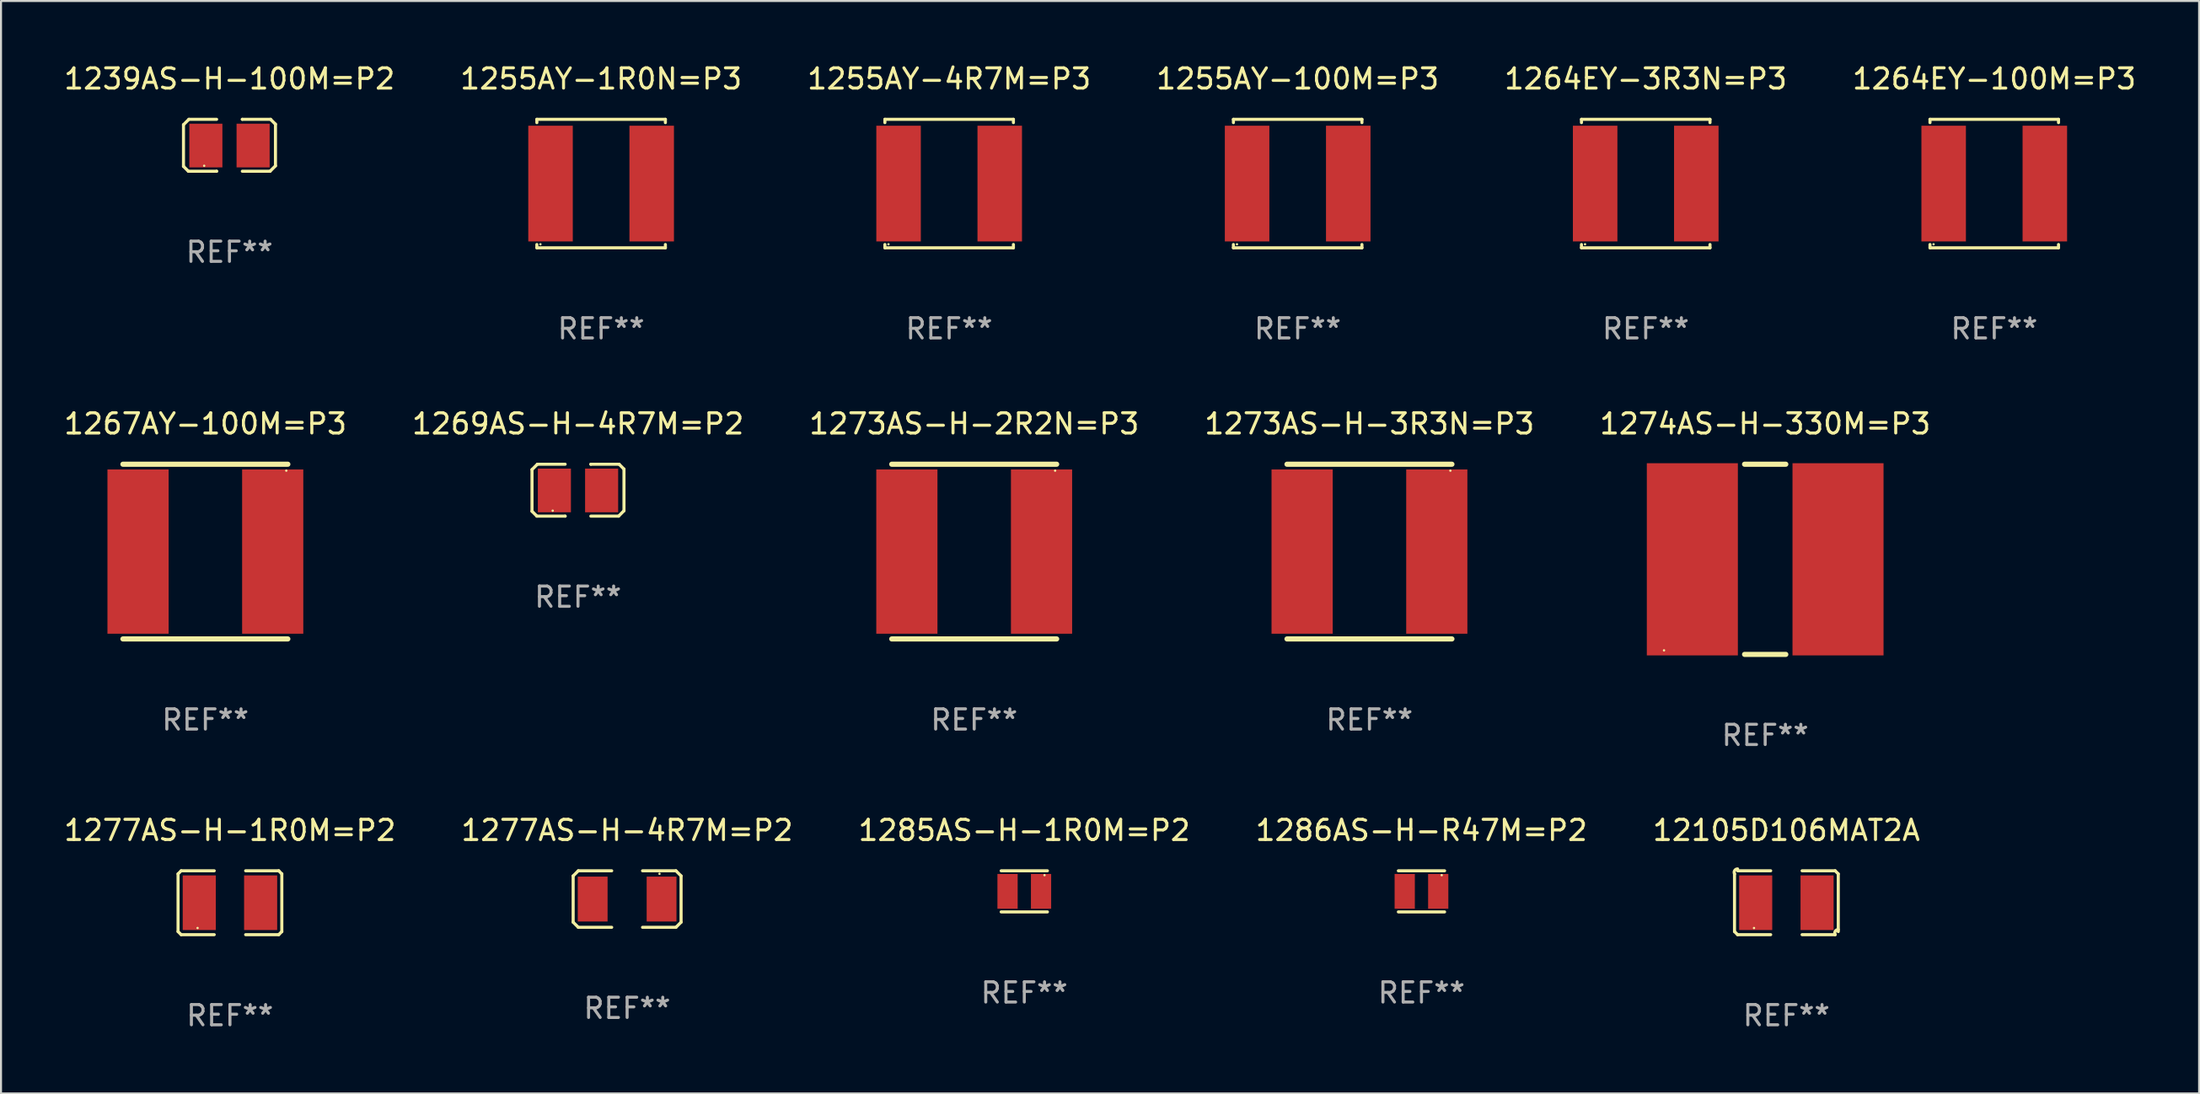
<source format=kicad_pcb>
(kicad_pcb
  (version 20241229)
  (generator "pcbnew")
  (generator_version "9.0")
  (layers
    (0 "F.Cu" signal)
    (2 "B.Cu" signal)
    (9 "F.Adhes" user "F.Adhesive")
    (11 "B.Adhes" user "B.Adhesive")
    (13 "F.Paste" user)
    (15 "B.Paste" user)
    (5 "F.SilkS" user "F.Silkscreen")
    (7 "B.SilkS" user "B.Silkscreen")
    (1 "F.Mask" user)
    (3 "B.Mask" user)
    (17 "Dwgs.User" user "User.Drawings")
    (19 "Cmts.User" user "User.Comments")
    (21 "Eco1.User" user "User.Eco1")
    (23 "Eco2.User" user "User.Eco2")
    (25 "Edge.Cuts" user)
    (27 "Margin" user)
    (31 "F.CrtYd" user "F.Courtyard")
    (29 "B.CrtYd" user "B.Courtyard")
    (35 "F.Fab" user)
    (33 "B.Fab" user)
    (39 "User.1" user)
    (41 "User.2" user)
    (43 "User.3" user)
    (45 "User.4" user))
  (footprint "1286AS-H-R47M=P2"
    (layer "F.Cu")
    (at 67.208 41.01)
    (property "Reference" "1286AS-H-R47M=P2" (at 0 -3.016 0) (layer "F.SilkS") (effects (font (size 1 1) (thickness 0.15))))
    (attr through_hole)
    (fp_line (start -1.143 -1.016) (end 1.143 -1.016) (stroke (width 0.152) (type solid)) (layer "F.SilkS"))
    (fp_line (start 1.143 1.016) (end -1.143 1.016) (stroke (width 0.152) (type solid)) (layer "F.SilkS"))
    (fp_circle (center 1 -0.8) (end 1.03 -0.8) (stroke (width 0.06) (type solid)) (fill no) (layer "F.SilkS"))
    (fp_text user "REF**" (at 0 5.016 0) (layer "F.Fab") (effects (font (size 1 1) (thickness 0.15))))
    (pad "1" smd rect (at 0.828 0) (size 1 1.72) (layers "F.Cu" "F.Mask" "F.Paste"))
    (pad "2" smd rect (at -0.828 0) (size 1 1.72) (layers "F.Cu" "F.Mask" "F.Paste")))
  (footprint "1255AY-100M=P3"
    (layer "F.Cu")
    (at 61.089 6.024)
    (property "Reference" "1255AY-100M=P3" (at 0 -5.176 0) (layer "F.SilkS") (effects (font (size 1 1) (thickness 0.15))))
    (attr through_hole)
    (fp_line (start -3.176 -3.176) (end 3.176 -3.176) (stroke (width 0.152) (type solid)) (layer "F.SilkS"))
    (fp_line (start -3.176 -3.012) (end -3.176 -3.176) (stroke (width 0.152) (type solid)) (layer "F.SilkS"))
    (fp_line (start -3.176 3.012) (end -3.176 3.176) (stroke (width 0.152) (type solid)) (layer "F.SilkS"))
    (fp_line (start -3.176 3.176) (end 3.176 3.176) (stroke (width 0.152) (type solid)) (layer "F.SilkS"))
    (fp_line (start 3.176 -3.176) (end 3.176 -3.012) (stroke (width 0.152) (type solid)) (layer "F.SilkS"))
    (fp_line (start 3.176 3.176) (end 3.176 3.012) (stroke (width 0.152) (type solid)) (layer "F.SilkS"))
    (fp_circle (center -3 3) (end -2.97 3) (stroke (width 0.06) (type solid)) (fill no) (layer "F.SilkS"))
    (fp_text user "REF**" (at 0 7.176 0) (layer "F.Fab") (effects (font (size 1 1) (thickness 0.15))))
    (pad "1" smd rect (at -2.5 0) (size 2.2 5.72) (layers "F.Cu" "F.Mask" "F.Paste"))
    (pad "2" smd rect (at 2.5 0) (size 2.2 5.72) (layers "F.Cu" "F.Mask" "F.Paste")))
  (footprint "1285AS-H-1R0M=P2"
    (layer "F.Cu")
    (at 47.577 41.01)
    (property "Reference" "1285AS-H-1R0M=P2" (at 0 -3.016 0) (layer "F.SilkS") (effects (font (size 1 1) (thickness 0.15))))
    (attr through_hole)
    (fp_line (start -1.143 -1.016) (end 1.143 -1.016) (stroke (width 0.152) (type solid)) (layer "F.SilkS"))
    (fp_line (start 1.143 1.016) (end -1.143 1.016) (stroke (width 0.152) (type solid)) (layer "F.SilkS"))
    (fp_circle (center 1 -0.8) (end 1.03 -0.8) (stroke (width 0.06) (type solid)) (fill no) (layer "F.SilkS"))
    (fp_text user "REF**" (at 0 5.016 0) (layer "F.Fab") (effects (font (size 1 1) (thickness 0.15))))
    (pad "1" smd rect (at 0.828 0) (size 1 1.72) (layers "F.Cu" "F.Mask" "F.Paste"))
    (pad "2" smd rect (at -0.828 0) (size 1 1.72) (layers "F.Cu" "F.Mask" "F.Paste")))
  (footprint "1274AS-H-330M=P3"
    (layer "F.Cu")
    (at 84.196 24.597)
    (property "Reference" "1274AS-H-330M=P3" (at 0 -6.7 0) (layer "F.SilkS") (effects (font (size 1 1) (thickness 0.15))))
    (attr through_hole)
    (fp_line (start -1.019 -4.7) (end 1.019 -4.7) (stroke (width 0.254) (type solid)) (layer "F.SilkS"))
    (fp_line (start -1.019 4.7) (end 1.019 4.7) (stroke (width 0.254) (type solid)) (layer "F.SilkS"))
    (fp_circle (center -5 4.5) (end -4.97 4.5) (stroke (width 0.06) (type solid)) (fill no) (layer "F.SilkS"))
    (fp_text user "REF**" (at 0 8.7 0) (layer "F.Fab") (effects (font (size 1 1) (thickness 0.15))))
    (pad "1" smd rect (at -3.6 0) (size 4.5 9.5) (layers "F.Cu" "F.Mask" "F.Paste"))
    (pad "2" smd rect (at 3.6 0) (size 4.5 9.5) (layers "F.Cu" "F.Mask" "F.Paste")))
  (footprint "1264EY-100M=P3"
    (layer "F.Cu")
    (at 95.518 6.024)
    (property "Reference" "1264EY-100M=P3" (at 0 -5.176 0) (layer "F.SilkS") (effects (font (size 1 1) (thickness 0.15))))
    (attr through_hole)
    (fp_line (start -3.176 -3.176) (end 3.176 -3.176) (stroke (width 0.152) (type solid)) (layer "F.SilkS"))
    (fp_line (start -3.176 -3.012) (end -3.176 -3.176) (stroke (width 0.152) (type solid)) (layer "F.SilkS"))
    (fp_line (start -3.176 3.012) (end -3.176 3.176) (stroke (width 0.152) (type solid)) (layer "F.SilkS"))
    (fp_line (start -3.176 3.176) (end 3.176 3.176) (stroke (width 0.152) (type solid)) (layer "F.SilkS"))
    (fp_line (start 3.176 -3.176) (end 3.176 -3.012) (stroke (width 0.152) (type solid)) (layer "F.SilkS"))
    (fp_line (start 3.176 3.176) (end 3.176 3.012) (stroke (width 0.152) (type solid)) (layer "F.SilkS"))
    (fp_circle (center -3 3) (end -2.97 3) (stroke (width 0.06) (type solid)) (fill no) (layer "F.SilkS"))
    (fp_text user "REF**" (at 0 7.176 0) (layer "F.Fab") (effects (font (size 1 1) (thickness 0.15))))
    (pad "1" smd rect (at -2.5 0) (size 2.2 5.72) (layers "F.Cu" "F.Mask" "F.Paste"))
    (pad "2" smd rect (at 2.5 0) (size 2.2 5.72) (layers "F.Cu" "F.Mask" "F.Paste")))
  (footprint "1277AS-H-4R7M=P2"
    (layer "F.Cu")
    (at 27.946 41.391)
    (property "Reference" "1277AS-H-4R7M=P2" (at 0 -3.397 0) (layer "F.SilkS") (effects (font (size 1 1) (thickness 0.15))))
    (attr through_hole)
    (fp_line (start -2.667 -1.143) (end -2.413 -1.397) (stroke (width 0.152) (type solid)) (layer "F.SilkS"))
    (fp_line (start -2.667 1.143) (end -2.667 -1.143) (stroke (width 0.152) (type solid)) (layer "F.SilkS"))
    (fp_line (start -2.413 -1.397) (end -0.762 -1.397) (stroke (width 0.152) (type solid)) (layer "F.SilkS"))
    (fp_line (start -2.413 1.397) (end -2.667 1.143) (stroke (width 0.152) (type solid)) (layer "F.SilkS"))
    (fp_line (start -0.762 1.397) (end -2.413 1.397) (stroke (width 0.152) (type solid)) (layer "F.SilkS"))
    (fp_line (start 0.762 -1.397) (end 2.413 -1.397) (stroke (width 0.152) (type solid)) (layer "F.SilkS"))
    (fp_line (start 2.413 -1.397) (end 2.667 -1.143) (stroke (width 0.152) (type solid)) (layer "F.SilkS"))
    (fp_line (start 2.413 1.397) (end 0.762 1.397) (stroke (width 0.152) (type solid)) (layer "F.SilkS"))
    (fp_line (start 2.667 -1.143) (end 2.667 1.143) (stroke (width 0.152) (type solid)) (layer "F.SilkS"))
    (fp_line (start 2.667 1.143) (end 2.413 1.397) (stroke (width 0.152) (type solid)) (layer "F.SilkS"))
    (fp_circle (center 1.6 -1.25) (end 1.63 -1.25) (stroke (width 0.06) (type solid)) (fill no) (layer "F.SilkS"))
    (fp_text user "REF**" (at 0 5.397 0) (layer "F.Fab") (effects (font (size 1 1) (thickness 0.15))))
    (pad "1" smd rect (at 1.703 0) (size 1.474 2.22) (layers "F.Cu" "F.Mask" "F.Paste"))
    (pad "2" smd rect (at -1.703 0) (size 1.474 2.22) (layers "F.Cu" "F.Mask" "F.Paste")))
  (footprint "1269AS-H-4R7M=P2"
    (layer "F.Cu")
    (at 25.518 21.18)
    (property "Reference" "1269AS-H-4R7M=P2" (at 0 -3.283 0) (layer "F.SilkS") (effects (font (size 1 1) (thickness 0.15))))
    (attr through_hole)
    (fp_line (start -2.273 -1.016) (end -2.007 -1.283) (stroke (width 0.152) (type solid)) (layer "F.SilkS"))
    (fp_line (start -2.273 1.041) (end -2.273 -1.016) (stroke (width 0.152) (type solid)) (layer "F.SilkS"))
    (fp_line (start -2.032 1.283) (end -2.273 1.041) (stroke (width 0.152) (type solid)) (layer "F.SilkS"))
    (fp_line (start -2.007 -1.283) (end -0.635 -1.283) (stroke (width 0.152) (type solid)) (layer "F.SilkS"))
    (fp_line (start -0.635 1.283) (end -2.032 1.283) (stroke (width 0.152) (type solid)) (layer "F.SilkS"))
    (fp_line (start -0.635 1.283) (end -0.635 1.283) (stroke (width 0.152) (type solid)) (layer "F.SilkS"))
    (fp_line (start 0.635 -1.283) (end 0.635 -1.283) (stroke (width 0.152) (type solid)) (layer "F.SilkS"))
    (fp_line (start 0.635 -1.283) (end 2.032 -1.283) (stroke (width 0.152) (type solid)) (layer "F.SilkS"))
    (fp_line (start 2.007 1.283) (end 0.635 1.283) (stroke (width 0.152) (type solid)) (layer "F.SilkS"))
    (fp_line (start 2.032 -1.283) (end 2.273 -1.041) (stroke (width 0.152) (type solid)) (layer "F.SilkS"))
    (fp_line (start 2.273 -1.041) (end 2.273 1.016) (stroke (width 0.152) (type solid)) (layer "F.SilkS"))
    (fp_line (start 2.273 1.016) (end 2.007 1.283) (stroke (width 0.152) (type solid)) (layer "F.SilkS"))
    (fp_circle (center -1.25 1.013) (end -1.22 1.013) (stroke (width 0.06) (type solid)) (fill no) (layer "F.SilkS"))
    (fp_text user "REF**" (at 0 5.283 0) (layer "F.Fab") (effects (font (size 1 1) (thickness 0.15))))
    (pad "1" smd rect (at -1.167 0.013) (size 1.635 2.16) (layers "F.Cu" "F.Mask" "F.Paste"))
    (pad "2" smd rect (at 1.168 0.013) (size 1.635 2.16) (layers "F.Cu" "F.Mask" "F.Paste")))
  (footprint "1255AY-4R7M=P3"
    (layer "F.Cu")
    (at 43.863 6.024)
    (property "Reference" "1255AY-4R7M=P3" (at 0 -5.176 0) (layer "F.SilkS") (effects (font (size 1 1) (thickness 0.15))))
    (attr through_hole)
    (fp_line (start -3.176 -3.176) (end 3.176 -3.176) (stroke (width 0.152) (type solid)) (layer "F.SilkS"))
    (fp_line (start -3.176 -3.012) (end -3.176 -3.176) (stroke (width 0.152) (type solid)) (layer "F.SilkS"))
    (fp_line (start -3.176 3.012) (end -3.176 3.176) (stroke (width 0.152) (type solid)) (layer "F.SilkS"))
    (fp_line (start -3.176 3.176) (end 3.176 3.176) (stroke (width 0.152) (type solid)) (layer "F.SilkS"))
    (fp_line (start 3.176 -3.176) (end 3.176 -3.012) (stroke (width 0.152) (type solid)) (layer "F.SilkS"))
    (fp_line (start 3.176 3.176) (end 3.176 3.012) (stroke (width 0.152) (type solid)) (layer "F.SilkS"))
    (fp_circle (center -3 3) (end -2.97 3) (stroke (width 0.06) (type solid)) (fill no) (layer "F.SilkS"))
    (fp_text user "REF**" (at 0 7.176 0) (layer "F.Fab") (effects (font (size 1 1) (thickness 0.15))))
    (pad "1" smd rect (at -2.5 0) (size 2.2 5.72) (layers "F.Cu" "F.Mask" "F.Paste"))
    (pad "2" smd rect (at 2.5 0) (size 2.2 5.72) (layers "F.Cu" "F.Mask" "F.Paste")))
  (footprint "1273AS-H-3R3N=P3"
    (layer "F.Cu")
    (at 64.637 24.215)
    (property "Reference" "1273AS-H-3R3N=P3" (at 0 -6.318 0) (layer "F.SilkS") (effects (font (size 1 1) (thickness 0.15))))
    (attr through_hole)
    (fp_line (start -4.076 -4.318) (end 4.076 -4.318) (stroke (width 0.254) (type solid)) (layer "F.SilkS"))
    (fp_line (start -4.076 4.318) (end 4.076 4.318) (stroke (width 0.254) (type solid)) (layer "F.SilkS"))
    (fp_circle (center 4 -4) (end 4.03 -4) (stroke (width 0.06) (type solid)) (fill no) (layer "F.SilkS"))
    (fp_text user "REF**" (at 0 8.318 0) (layer "F.Fab") (effects (font (size 1 1) (thickness 0.15))))
    (pad "1" smd rect (at 3.328 0) (size 3.024 8.12) (layers "F.Cu" "F.Mask" "F.Paste"))
    (pad "2" smd rect (at -3.328 0) (size 3.024 8.12) (layers "F.Cu" "F.Mask" "F.Paste")))
  (footprint "1267AY-100M=P3"
    (layer "F.Cu")
    (at 7.101 24.215)
    (property "Reference" "1267AY-100M=P3" (at 0 -6.318 0) (layer "F.SilkS") (effects (font (size 1 1) (thickness 0.15))))
    (attr through_hole)
    (fp_line (start -4.076 -4.318) (end 4.076 -4.318) (stroke (width 0.254) (type solid)) (layer "F.SilkS"))
    (fp_line (start -4.076 4.318) (end 4.076 4.318) (stroke (width 0.254) (type solid)) (layer "F.SilkS"))
    (fp_circle (center 4 -4) (end 4.03 -4) (stroke (width 0.06) (type solid)) (fill no) (layer "F.SilkS"))
    (fp_text user "REF**" (at 0 8.318 0) (layer "F.Fab") (effects (font (size 1 1) (thickness 0.15))))
    (pad "1" smd rect (at 3.328 0) (size 3.024 8.12) (layers "F.Cu" "F.Mask" "F.Paste"))
    (pad "2" smd rect (at -3.328 0) (size 3.024 8.12) (layers "F.Cu" "F.Mask" "F.Paste")))
  (footprint "1277AS-H-1R0M=P2"
    (layer "F.Cu")
    (at 8.315 41.572)
    (property "Reference" "1277AS-H-1R0M=P2" (at 0 -3.579 0) (layer "F.SilkS") (effects (font (size 1 1) (thickness 0.15))))
    (attr through_hole)
    (fp_line (start -2.564 -1.426) (end -2.564 1.426) (stroke (width 0.152) (type solid)) (layer "F.SilkS"))
    (fp_line (start -2.564 1.426) (end -2.411 1.579) (stroke (width 0.152) (type solid)) (layer "F.SilkS"))
    (fp_line (start -2.411 -1.579) (end -2.564 -1.426) (stroke (width 0.152) (type solid)) (layer "F.SilkS"))
    (fp_line (start -2.411 1.579) (end -0.776 1.579) (stroke (width 0.152) (type solid)) (layer "F.SilkS"))
    (fp_line (start -0.776 -1.579) (end -2.411 -1.579) (stroke (width 0.152) (type solid)) (layer "F.SilkS"))
    (fp_line (start 0.776 -1.579) (end 2.411 -1.579) (stroke (width 0.152) (type solid)) (layer "F.SilkS"))
    (fp_line (start 2.411 -1.579) (end 2.564 -1.426) (stroke (width 0.152) (type solid)) (layer "F.SilkS"))
    (fp_line (start 2.411 1.579) (end 0.776 1.579) (stroke (width 0.152) (type solid)) (layer "F.SilkS"))
    (fp_line (start 2.564 -1.426) (end 2.564 1.426) (stroke (width 0.152) (type solid)) (layer "F.SilkS"))
    (fp_line (start 2.564 1.426) (end 2.411 1.579) (stroke (width 0.152) (type solid)) (layer "F.SilkS"))
    (fp_circle (center -1.6 1.25) (end -1.57 1.25) (stroke (width 0.06) (type solid)) (fill no) (layer "F.SilkS"))
    (fp_text user "REF**" (at 0 5.579 0) (layer "F.Fab") (effects (font (size 1 1) (thickness 0.15))))
    (pad "1" smd rect (at -1.517 -0.000013) (size 1.635 2.7) (layers "F.Cu" "F.Mask" "F.Paste"))
    (pad "2" smd rect (at 1.517 -0.000013) (size 1.635 2.7) (layers "F.Cu" "F.Mask" "F.Paste")))
  (footprint "1273AS-H-2R2N=P3"
    (layer "F.Cu")
    (at 45.101 24.215)
    (property "Reference" "1273AS-H-2R2N=P3" (at 0 -6.318 0) (layer "F.SilkS") (effects (font (size 1 1) (thickness 0.15))))
    (attr through_hole)
    (fp_line (start -4.076 -4.318) (end 4.076 -4.318) (stroke (width 0.254) (type solid)) (layer "F.SilkS"))
    (fp_line (start -4.076 4.318) (end 4.076 4.318) (stroke (width 0.254) (type solid)) (layer "F.SilkS"))
    (fp_circle (center 4 -4) (end 4.03 -4) (stroke (width 0.06) (type solid)) (fill no) (layer "F.SilkS"))
    (fp_text user "REF**" (at 0 8.318 0) (layer "F.Fab") (effects (font (size 1 1) (thickness 0.15))))
    (pad "1" smd rect (at 3.328 0) (size 3.024 8.12) (layers "F.Cu" "F.Mask" "F.Paste"))
    (pad "2" smd rect (at -3.328 0) (size 3.024 8.12) (layers "F.Cu" "F.Mask" "F.Paste")))
  (footprint "12105D106MAT2A"
    (layer "F.Cu")
    (at 85.244 41.572)
    (property "Reference" "12105D106MAT2A" (at 0 -3.579 0) (layer "F.SilkS") (effects (font (size 1 1) (thickness 0.15))))
    (attr through_hole)
    (fp_line (start -2.564 1.426) (end -2.564 -1.426) (stroke (width 0.152) (type solid)) (layer "F.SilkS"))
    (fp_line (start -2.411 -1.579) (end -0.776 -1.579) (stroke (width 0.152) (type solid)) (layer "F.SilkS"))
    (fp_line (start -0.776 1.579) (end -2.411 1.579) (stroke (width 0.152) (type solid)) (layer "F.SilkS"))
    (fp_line (start 0.776 1.579) (end 2.411 1.579) (stroke (width 0.152) (type solid)) (layer "F.SilkS"))
    (fp_line (start 2.411 -1.579) (end 0.776 -1.579) (stroke (width 0.152) (type solid)) (layer "F.SilkS"))
    (fp_line (start 2.564 1.426) (end 2.564 -1.426) (stroke (width 0.152) (type solid)) (layer "F.SilkS"))
    (fp_arc (start -2.563602 -1.426213) (mid -2.555597 -1.591233) (end -2.411201 -1.671518) (stroke (width 0.1524) (type solid)) (layer "F.SilkS"))
    (fp_arc (start -2.5636 1.426214) (mid -2.487389 1.502402) (end -2.411201 1.578613) (stroke (width 0.1524) (type solid)) (layer "F.SilkS"))
    (fp_arc (start 2.411197 -1.578618) (mid 2.487403 -1.502419) (end 2.563602 -1.426213) (stroke (width 0.1524) (type solid)) (layer "F.SilkS"))
    (fp_arc (start 2.411201 1.578613) (mid 2.416214 1.409455) (end 2.563602 1.32629) (stroke (width 0.1524) (type solid)) (layer "F.SilkS"))
    (fp_circle (center -1.6 1.25) (end -1.57 1.25) (stroke (width 0.06) (type solid)) (fill no) (layer "F.SilkS"))
    (fp_text user "REF**" (at 0 5.579 0) (layer "F.Fab") (effects (font (size 1 1) (thickness 0.15))))
    (pad "1" smd rect (at -1.517 0) (size 1.635 2.7) (layers "F.Cu" "F.Mask" "F.Paste"))
    (pad "2" smd rect (at 1.517 0) (size 1.635 2.7) (layers "F.Cu" "F.Mask" "F.Paste")))
  (footprint "1255AY-1R0N=P3"
    (layer "F.Cu")
    (at 26.661 6.024)
    (property "Reference" "1255AY-1R0N=P3" (at 0 -5.176 0) (layer "F.SilkS") (effects (font (size 1 1) (thickness 0.15))))
    (attr through_hole)
    (fp_line (start -3.176 -3.176) (end 3.176 -3.176) (stroke (width 0.152) (type solid)) (layer "F.SilkS"))
    (fp_line (start -3.176 -3.012) (end -3.176 -3.176) (stroke (width 0.152) (type solid)) (layer "F.SilkS"))
    (fp_line (start -3.176 3.012) (end -3.176 3.176) (stroke (width 0.152) (type solid)) (layer "F.SilkS"))
    (fp_line (start -3.176 3.176) (end 3.176 3.176) (stroke (width 0.152) (type solid)) (layer "F.SilkS"))
    (fp_line (start 3.176 -3.176) (end 3.176 -3.012) (stroke (width 0.152) (type solid)) (layer "F.SilkS"))
    (fp_line (start 3.176 3.176) (end 3.176 3.012) (stroke (width 0.152) (type solid)) (layer "F.SilkS"))
    (fp_circle (center -3 3) (end -2.97 3) (stroke (width 0.06) (type solid)) (fill no) (layer "F.SilkS"))
    (fp_text user "REF**" (at 0 7.176 0) (layer "F.Fab") (effects (font (size 1 1) (thickness 0.15))))
    (pad "1" smd rect (at -2.5 0) (size 2.2 5.72) (layers "F.Cu" "F.Mask" "F.Paste"))
    (pad "2" smd rect (at 2.5 0) (size 2.2 5.72) (layers "F.Cu" "F.Mask" "F.Paste")))
  (footprint "1239AS-H-100M=P2"
    (layer "F.Cu")
    (at 8.292 4.131)
    (property "Reference" "1239AS-H-100M=P2" (at 0 -3.283 0) (layer "F.SilkS") (effects (font (size 1 1) (thickness 0.15))))
    (attr through_hole)
    (fp_line (start -2.273 -1.016) (end -2.007 -1.283) (stroke (width 0.152) (type solid)) (layer "F.SilkS"))
    (fp_line (start -2.273 1.041) (end -2.273 -1.016) (stroke (width 0.152) (type solid)) (layer "F.SilkS"))
    (fp_line (start -2.032 1.283) (end -2.273 1.041) (stroke (width 0.152) (type solid)) (layer "F.SilkS"))
    (fp_line (start -2.007 -1.283) (end -0.635 -1.283) (stroke (width 0.152) (type solid)) (layer "F.SilkS"))
    (fp_line (start -0.635 1.283) (end -2.032 1.283) (stroke (width 0.152) (type solid)) (layer "F.SilkS"))
    (fp_line (start -0.635 1.283) (end -0.635 1.283) (stroke (width 0.152) (type solid)) (layer "F.SilkS"))
    (fp_line (start 0.635 -1.283) (end 0.635 -1.283) (stroke (width 0.152) (type solid)) (layer "F.SilkS"))
    (fp_line (start 0.635 -1.283) (end 2.032 -1.283) (stroke (width 0.152) (type solid)) (layer "F.SilkS"))
    (fp_line (start 2.007 1.283) (end 0.635 1.283) (stroke (width 0.152) (type solid)) (layer "F.SilkS"))
    (fp_line (start 2.032 -1.283) (end 2.273 -1.041) (stroke (width 0.152) (type solid)) (layer "F.SilkS"))
    (fp_line (start 2.273 -1.041) (end 2.273 1.016) (stroke (width 0.152) (type solid)) (layer "F.SilkS"))
    (fp_line (start 2.273 1.016) (end 2.007 1.283) (stroke (width 0.152) (type solid)) (layer "F.SilkS"))
    (fp_circle (center -1.25 1.013) (end -1.22 1.013) (stroke (width 0.06) (type solid)) (fill no) (layer "F.SilkS"))
    (fp_text user "REF**" (at 0 5.283 0) (layer "F.Fab") (effects (font (size 1 1) (thickness 0.15))))
    (pad "1" smd rect (at -1.167 0.013) (size 1.635 2.16) (layers "F.Cu" "F.Mask" "F.Paste"))
    (pad "2" smd rect (at 1.168 0.013) (size 1.635 2.16) (layers "F.Cu" "F.Mask" "F.Paste")))
  (footprint "1264EY-3R3N=P3"
    (layer "F.Cu")
    (at 78.292 6.024)
    (property "Reference" "1264EY-3R3N=P3" (at 0 -5.176 0) (layer "F.SilkS") (effects (font (size 1 1) (thickness 0.15))))
    (attr through_hole)
    (fp_line (start -3.176 -3.176) (end 3.176 -3.176) (stroke (width 0.152) (type solid)) (layer "F.SilkS"))
    (fp_line (start -3.176 -3.012) (end -3.176 -3.176) (stroke (width 0.152) (type solid)) (layer "F.SilkS"))
    (fp_line (start -3.176 3.012) (end -3.176 3.176) (stroke (width 0.152) (type solid)) (layer "F.SilkS"))
    (fp_line (start -3.176 3.176) (end 3.176 3.176) (stroke (width 0.152) (type solid)) (layer "F.SilkS"))
    (fp_line (start 3.176 -3.176) (end 3.176 -3.012) (stroke (width 0.152) (type solid)) (layer "F.SilkS"))
    (fp_line (start 3.176 3.176) (end 3.176 3.012) (stroke (width 0.152) (type solid)) (layer "F.SilkS"))
    (fp_circle (center -3 3) (end -2.97 3) (stroke (width 0.06) (type solid)) (fill no) (layer "F.SilkS"))
    (fp_text user "REF**" (at 0 7.176 0) (layer "F.Fab") (effects (font (size 1 1) (thickness 0.15))))
    (pad "1" smd rect (at -2.5 0) (size 2.2 5.72) (layers "F.Cu" "F.Mask" "F.Paste"))
    (pad "2" smd rect (at 2.5 0) (size 2.2 5.72) (layers "F.Cu" "F.Mask" "F.Paste")))
  (gr_rect
    (start -3 -3)
    (end 105.643 50.999)
    (stroke (width 0.1) (type default))
    (fill no)
    (layer "Edge.Cuts")))
</source>
